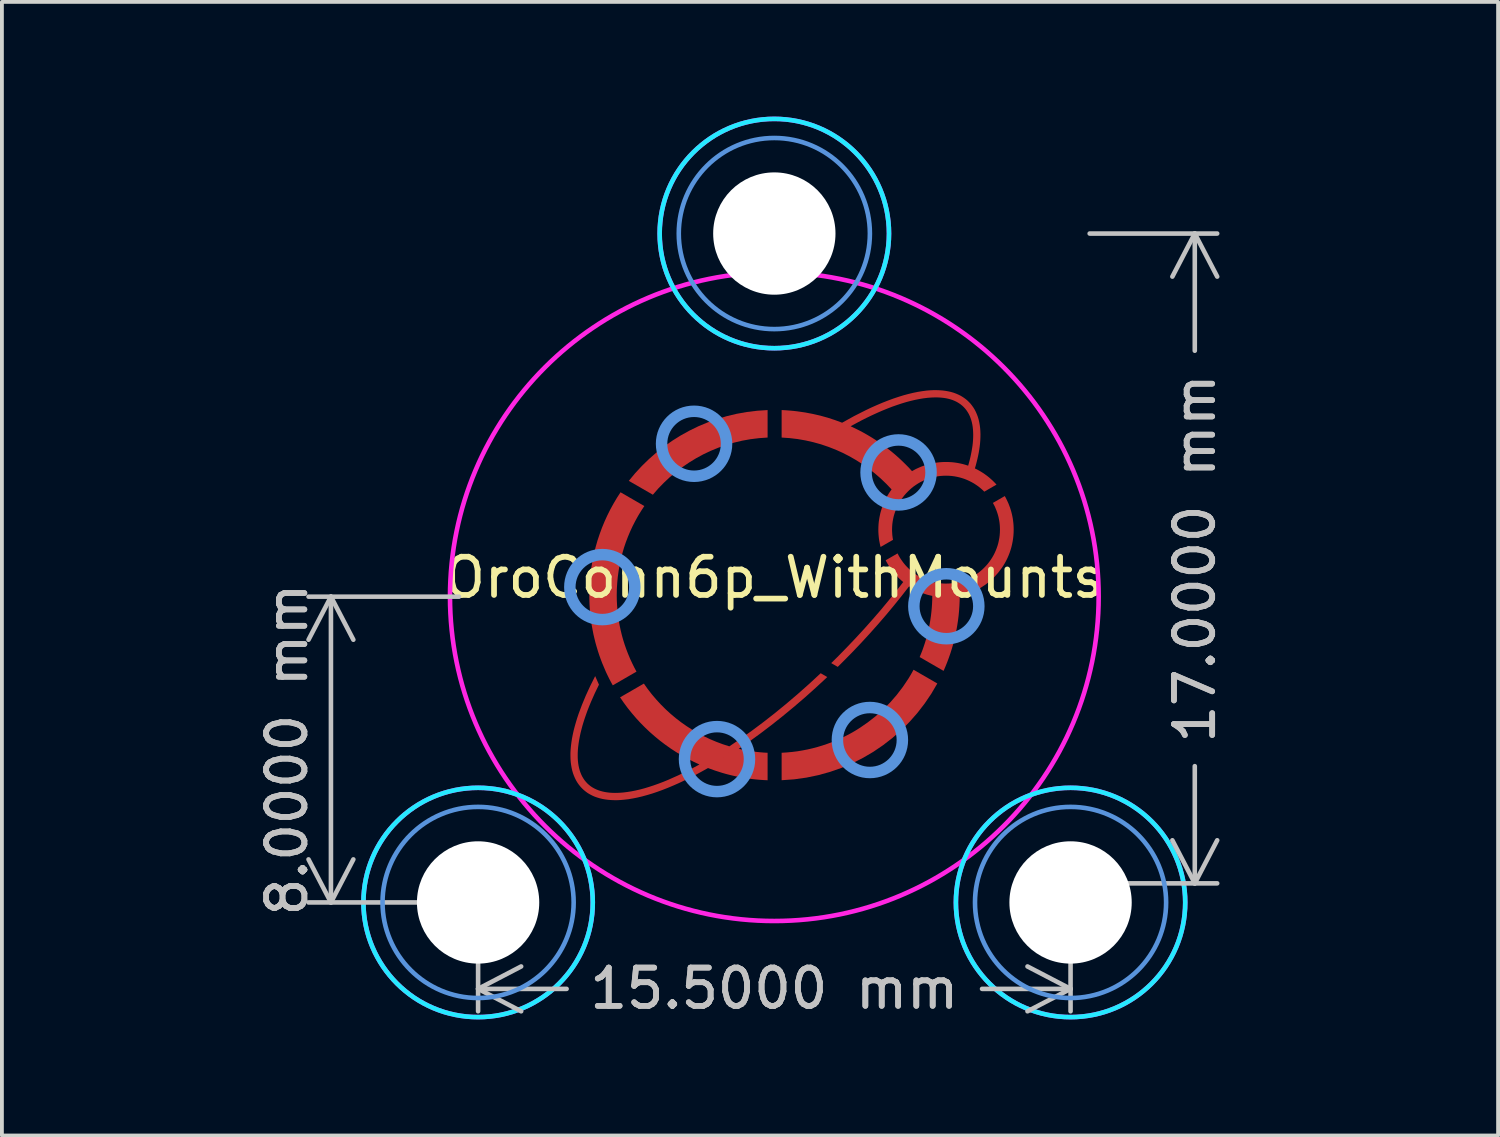
<source format=kicad_pcb>
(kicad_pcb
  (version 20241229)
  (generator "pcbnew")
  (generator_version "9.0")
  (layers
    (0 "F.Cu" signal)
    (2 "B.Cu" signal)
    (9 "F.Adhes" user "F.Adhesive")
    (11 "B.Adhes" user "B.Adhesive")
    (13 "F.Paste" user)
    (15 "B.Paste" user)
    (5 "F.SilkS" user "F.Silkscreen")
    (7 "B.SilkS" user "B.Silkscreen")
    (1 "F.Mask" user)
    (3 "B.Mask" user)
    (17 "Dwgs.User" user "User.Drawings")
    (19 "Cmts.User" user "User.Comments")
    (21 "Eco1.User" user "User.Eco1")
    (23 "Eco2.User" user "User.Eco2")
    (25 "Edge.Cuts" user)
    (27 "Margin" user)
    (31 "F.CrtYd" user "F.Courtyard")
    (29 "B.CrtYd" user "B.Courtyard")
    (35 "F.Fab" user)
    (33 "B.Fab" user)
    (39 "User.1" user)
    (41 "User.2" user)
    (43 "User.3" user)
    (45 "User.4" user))
  (footprint "OroConn6p_WithMounts"
    (layer "F.Cu")
    (at 17.208 12.56)
    (property "Reference" "OroConn6p_WithMounts" (at 0 -0.5 0) (unlocked yes) (layer "F.SilkS") (effects (font (size 1 1) (thickness 0.15))))
    (attr smd)
    (fp_poly (pts (xy -0.176 -4.163) (xy -0.401 -4.147) (xy -0.622 -4.12) (xy -0.84 -4.081) (xy -1.053 -4.03) (xy -1.262 -3.969) (xy -1.466 -3.897) (xy -1.665 -3.815) (xy -1.859 -3.723) (xy -2.047 -3.621) (xy -2.229 -3.51) (xy -2.405 -3.39) (xy -2.574 -3.261) (xy -2.737 -3.124) (xy -2.891 -2.979) (xy -3.039 -2.827) (xy -3.178 -2.667) (xy -3.807 -3.03) (xy -3.642 -3.229) (xy -3.466 -3.419) (xy -3.281 -3.599) (xy -3.087 -3.769) (xy -2.884 -3.929) (xy -2.672 -4.078) (xy -2.452 -4.216) (xy -2.224 -4.342) (xy -1.989 -4.457) (xy -1.747 -4.558) (xy -1.499 -4.647) (xy -1.245 -4.722) (xy -0.985 -4.784) (xy -0.72 -4.831) (xy -0.45 -4.864) (xy -0.176 -4.882)) (stroke (width 0) (type solid)) (fill yes) (layer "F.Cu"))
    (fp_poly (pts (xy 4.264 2.271) (xy 4.107 2.539) (xy 3.933 2.796) (xy 3.744 3.041) (xy 3.54 3.273) (xy 3.322 3.491) (xy 3.091 3.695) (xy 2.846 3.885) (xy 2.59 4.059) (xy 2.322 4.216) (xy 2.044 4.357) (xy 1.755 4.48) (xy 1.458 4.584) (xy 1.152 4.669) (xy 0.839 4.734) (xy 0.518 4.779) (xy 0.191 4.802) (xy 0.191 4.084) (xy 0.33 4.075) (xy 0.469 4.062) (xy 0.605 4.045) (xy 0.741 4.022) (xy 0.875 3.996) (xy 1.007 3.965) (xy 1.138 3.93) (xy 1.266 3.891) (xy 1.393 3.848) (xy 1.519 3.801) (xy 1.642 3.75) (xy 1.763 3.695) (xy 1.882 3.637) (xy 1.999 3.575) (xy 2.114 3.509) (xy 2.226 3.439) (xy 2.443 3.29) (xy 2.65 3.128) (xy 2.846 2.953) (xy 3.031 2.767) (xy 3.203 2.569) (xy 3.363 2.36) (xy 3.51 2.141) (xy 3.578 2.028) (xy 3.642 1.912)) (stroke (width 0) (type solid)) (fill yes) (layer "F.Cu"))
    (fp_poly (pts (xy -3.401 -2.371) (xy -3.484 -2.245) (xy -3.563 -2.116) (xy -3.636 -1.984) (xy -3.706 -1.848) (xy -3.77 -1.71) (xy -3.829 -1.57) (xy -3.884 -1.426) (xy -3.933 -1.281) (xy -3.976 -1.133) (xy -4.014 -0.982) (xy -4.047 -0.83) (xy -4.074 -0.675) (xy -4.095 -0.519) (xy -4.11 -0.361) (xy -4.12 -0.201) (xy -4.123 -0.04) (xy -4.121 0.096) (xy -4.114 0.23) (xy -4.103 0.364) (xy -4.088 0.496) (xy -4.069 0.627) (xy -4.046 0.756) (xy -4.019 0.884) (xy -3.988 1.011) (xy -3.953 1.135) (xy -3.914 1.259) (xy -3.871 1.381) (xy -3.825 1.5) (xy -3.776 1.618) (xy -3.722 1.735) (xy -3.666 1.849) (xy -3.606 1.961) (xy -4.227 2.32) (xy -4.251 2.276) (xy -4.275 2.233) (xy -4.298 2.188) (xy -4.321 2.144) (xy -4.343 2.099) (xy -4.365 2.055) (xy -4.387 2.009) (xy -4.408 1.964) (xy -4.503 1.74) (xy -4.542 1.637) (xy -4.58 1.532) (xy -4.615 1.425) (xy -4.647 1.318) (xy -4.678 1.21) (xy -4.705 1.101) (xy -4.731 0.991) (xy -4.753 0.879) (xy -4.774 0.767) (xy -4.791 0.655) (xy -4.806 0.541) (xy -4.818 0.426) (xy -4.828 0.311) (xy -4.835 0.195) (xy -4.839 0.078) (xy -4.841 -0.04) (xy -4.837 -0.225) (xy -4.827 -0.41) (xy -4.809 -0.592) (xy -4.785 -0.772) (xy -4.755 -0.95) (xy -4.718 -1.126) (xy -4.675 -1.299) (xy -4.626 -1.47) (xy -4.57 -1.638) (xy -4.509 -1.804) (xy -4.442 -1.966) (xy -4.369 -2.126) (xy -4.291 -2.282) (xy -4.207 -2.435) (xy -4.118 -2.585) (xy -4.024 -2.731)) (stroke (width 0) (type solid)) (fill yes) (layer "F.Cu"))
    (fp_poly (pts (xy 1.385 2.103) (xy 1.092 2.375) (xy 0.8 2.637) (xy 0.507 2.888) (xy 0.215 3.129) (xy -0.075 3.359) (xy -0.363 3.578) (xy -0.649 3.786) (xy -0.931 3.981) (xy -0.839 4.001) (xy -0.747 4.02) (xy -0.653 4.036) (xy -0.559 4.05) (xy -0.464 4.062) (xy -0.369 4.071) (xy -0.273 4.079) (xy -0.176 4.084) (xy -0.176 4.803) (xy -0.279 4.798) (xy -0.38 4.791) (xy -0.482 4.782) (xy -0.582 4.771) (xy -0.682 4.757) (xy -0.782 4.742) (xy -0.881 4.725) (xy -0.979 4.706) (xy -1.076 4.685) (xy -1.172 4.662) (xy -1.268 4.637) (xy -1.363 4.61) (xy -1.551 4.55) (xy -1.735 4.484) (xy -1.892 4.571) (xy -2.046 4.655) (xy -2.199 4.733) (xy -2.349 4.807) (xy -2.497 4.877) (xy -2.642 4.941) (xy -2.785 5.001) (xy -2.925 5.056) (xy -3.062 5.106) (xy -3.196 5.151) (xy -3.327 5.19) (xy -3.455 5.225) (xy -3.58 5.255) (xy -3.701 5.279) (xy -3.818 5.299) (xy -3.932 5.312) (xy -4.02 5.32) (xy -4.105 5.324) (xy -4.189 5.324) (xy -4.269 5.321) (xy -4.347 5.315) (xy -4.423 5.305) (xy -4.496 5.292) (xy -4.566 5.275) (xy -4.634 5.255) (xy -4.699 5.232) (xy -4.761 5.205) (xy -4.82 5.174) (xy -4.877 5.141) (xy -4.93 5.103) (xy -4.981 5.062) (xy -5.028 5.018) (xy -5.073 4.97) (xy -5.114 4.919) (xy -5.152 4.865) (xy -5.186 4.808) (xy -5.216 4.748) (xy -5.243 4.685) (xy -5.267 4.62) (xy -5.287 4.551) (xy -5.303 4.48) (xy -5.316 4.406) (xy -5.326 4.33) (xy -5.332 4.251) (xy -5.334 4.169) (xy -5.334 4.085) (xy -5.329 3.998) (xy -5.321 3.909) (xy -5.309 3.812) (xy -5.294 3.713) (xy -5.274 3.611) (xy -5.251 3.506) (xy -5.223 3.398) (xy -5.192 3.289) (xy -5.158 3.177) (xy -5.12 3.063) (xy -5.032 2.828) (xy -4.931 2.585) (xy -4.816 2.335) (xy -4.687 2.078) (xy -4.588 2.302) (xy -4.698 2.53) (xy -4.796 2.751) (xy -4.841 2.86) (xy -4.883 2.966) (xy -4.921 3.071) (xy -4.957 3.174) (xy -4.99 3.276) (xy -5.02 3.375) (xy -5.046 3.473) (xy -5.07 3.568) (xy -5.09 3.662) (xy -5.107 3.753) (xy -5.121 3.842) (xy -5.132 3.929) (xy -5.139 4.006) (xy -5.143 4.08) (xy -5.144 4.152) (xy -5.143 4.223) (xy -5.139 4.291) (xy -5.132 4.356) (xy -5.122 4.42) (xy -5.109 4.481) (xy -5.093 4.54) (xy -5.074 4.597) (xy -5.052 4.651) (xy -5.027 4.703) (xy -4.998 4.752) (xy -4.967 4.799) (xy -4.932 4.842) (xy -4.894 4.884) (xy -4.853 4.921) (xy -4.81 4.956) (xy -4.764 4.987) (xy -4.715 5.015) (xy -4.664 5.04) (xy -4.61 5.062) (xy -4.554 5.081) (xy -4.496 5.097) (xy -4.436 5.11) (xy -4.373 5.12) (xy -4.308 5.128) (xy -4.24 5.132) (xy -4.171 5.134) (xy -4.1 5.133) (xy -4.026 5.129) (xy -3.951 5.123) (xy -3.847 5.11) (xy -3.74 5.093) (xy -3.629 5.071) (xy -3.516 5.045) (xy -3.4 5.014) (xy -3.281 4.978) (xy -3.159 4.938) (xy -3.035 4.894) (xy -2.908 4.846) (xy -2.779 4.793) (xy -2.514 4.675) (xy -2.24 4.541) (xy -1.959 4.391) (xy -2.116 4.317) (xy -2.271 4.238) (xy -2.422 4.154) (xy -2.57 4.065) (xy -2.714 3.971) (xy -2.855 3.871) (xy -2.992 3.767) (xy -3.125 3.658) (xy -3.254 3.545) (xy -3.379 3.427) (xy -3.5 3.305) (xy -3.616 3.179) (xy -3.728 3.048) (xy -3.836 2.914) (xy -3.938 2.776) (xy -4.036 2.634) (xy -3.413 2.274) (xy -3.311 2.418) (xy -3.203 2.557) (xy -3.089 2.691) (xy -2.97 2.82) (xy -2.846 2.944) (xy -2.716 3.063) (xy -2.582 3.176) (xy -2.442 3.284) (xy -2.298 3.385) (xy -2.15 3.481) (xy -1.997 3.57) (xy -1.841 3.653) (xy -1.68 3.729) (xy -1.516 3.798) (xy -1.348 3.861) (xy -1.177 3.916) (xy -0.887 3.72) (xy -0.593 3.511) (xy -0.296 3.289) (xy 0.004 3.055) (xy 0.305 2.809) (xy 0.607 2.552) (xy 0.91 2.283) (xy 1.213 2.003)) (stroke (width 0) (type solid)) (fill yes) (layer "F.Cu"))
    (fp_poly (pts (xy 6.056 -2.583) (xy 6.081 -2.533) (xy 6.105 -2.482) (xy 6.128 -2.431) (xy 6.148 -2.378) (xy 6.168 -2.325) (xy 6.185 -2.271) (xy 6.201 -2.216) (xy 6.215 -2.16) (xy 6.227 -2.104) (xy 6.238 -2.047) (xy 6.246 -1.989) (xy 6.253 -1.931) (xy 6.258 -1.872) (xy 6.261 -1.813) (xy 6.262 -1.754) (xy 6.26 -1.674) (xy 6.255 -1.595) (xy 6.246 -1.517) (xy 6.234 -1.441) (xy 6.219 -1.365) (xy 6.201 -1.291) (xy 6.179 -1.217) (xy 6.155 -1.146) (xy 6.127 -1.075) (xy 6.097 -1.006) (xy 6.064 -0.939) (xy 6.028 -0.873) (xy 5.989 -0.809) (xy 5.948 -0.747) (xy 5.858 -0.629) (xy 5.759 -0.518) (xy 5.651 -0.416) (xy 5.535 -0.323) (xy 5.411 -0.241) (xy 5.346 -0.203) (xy 5.28 -0.168) (xy 5.212 -0.136) (xy 5.142 -0.107) (xy 5.071 -0.08) (xy 4.999 -0.057) (xy 4.925 -0.037) (xy 4.85 -0.02) (xy 4.848 0.111) (xy 4.842 0.241) (xy 4.833 0.369) (xy 4.821 0.497) (xy 4.805 0.624) (xy 4.786 0.75) (xy 4.764 0.874) (xy 4.739 0.998) (xy 4.71 1.121) (xy 4.679 1.242) (xy 4.644 1.362) (xy 4.607 1.48) (xy 4.566 1.598) (xy 4.523 1.714) (xy 4.477 1.828) (xy 4.428 1.942) (xy 3.802 1.58) (xy 3.84 1.488) (xy 3.877 1.394) (xy 3.91 1.299) (xy 3.942 1.203) (xy 3.971 1.106) (xy 3.998 1.008) (xy 4.023 0.909) (xy 4.045 0.809) (xy 4.065 0.708) (xy 4.082 0.606) (xy 4.097 0.504) (xy 4.109 0.401) (xy 4.119 0.297) (xy 4.126 0.192) (xy 4.131 0.086) (xy 4.132 -0.02) (xy 4.091 -0.029) (xy 4.051 -0.039) (xy 4.01 -0.049) (xy 3.97 -0.061) (xy 3.931 -0.074) (xy 3.892 -0.087) (xy 3.853 -0.102) (xy 3.815 -0.117) (xy 3.777 -0.134) (xy 3.74 -0.151) (xy 3.703 -0.168) (xy 3.666 -0.187) (xy 3.63 -0.207) (xy 3.595 -0.227) (xy 3.56 -0.248) (xy 3.526 -0.27) (xy 3.335 -0.024) (xy 3.136 0.223) (xy 2.929 0.472) (xy 2.714 0.721) (xy 2.492 0.97) (xy 2.263 1.219) (xy 2.027 1.467) (xy 1.783 1.714) (xy 1.721 1.776) (xy 1.659 1.837) (xy 1.488 1.738) (xy 1.569 1.659) (xy 1.649 1.58) (xy 1.889 1.335) (xy 2.123 1.089) (xy 2.35 0.843) (xy 2.569 0.597) (xy 2.782 0.351) (xy 2.986 0.105) (xy 3.183 -0.139) (xy 3.372 -0.383) (xy 3.337 -0.412) (xy 3.302 -0.443) (xy 3.269 -0.474) (xy 3.236 -0.506) (xy 3.204 -0.539) (xy 3.173 -0.573) (xy 3.142 -0.608) (xy 3.113 -0.643) (xy 3.085 -0.679) (xy 3.057 -0.716) (xy 3.031 -0.754) (xy 3.005 -0.792) (xy 2.98 -0.831) (xy 2.957 -0.871) (xy 2.934 -0.911) (xy 2.913 -0.952) (xy 3.224 -1.132) (xy 3.246 -1.089) (xy 3.27 -1.046) (xy 3.295 -1.004) (xy 3.322 -0.964) (xy 3.35 -0.924) (xy 3.379 -0.885) (xy 3.409 -0.848) (xy 3.441 -0.811) (xy 3.474 -0.776) (xy 3.508 -0.742) (xy 3.543 -0.708) (xy 3.58 -0.677) (xy 3.617 -0.646) (xy 3.656 -0.616) (xy 3.695 -0.588) (xy 3.736 -0.562) (xy 3.777 -0.536) (xy 3.819 -0.512) (xy 3.863 -0.49) (xy 3.907 -0.469) (xy 3.952 -0.449) (xy 3.998 -0.431) (xy 4.044 -0.415) (xy 4.091 -0.4) (xy 4.139 -0.386) (xy 4.188 -0.375) (xy 4.237 -0.365) (xy 4.287 -0.357) (xy 4.337 -0.35) (xy 4.388 -0.346) (xy 4.44 -0.343) (xy 4.492 -0.342) (xy 4.564 -0.344) (xy 4.636 -0.349) (xy 4.706 -0.358) (xy 4.776 -0.371) (xy 4.844 -0.387) (xy 4.911 -0.406) (xy 4.977 -0.428) (xy 5.041 -0.453) (xy 5.103 -0.481) (xy 5.164 -0.513) (xy 5.223 -0.547) (xy 5.28 -0.583) (xy 5.336 -0.623) (xy 5.389 -0.665) (xy 5.44 -0.709) (xy 5.489 -0.756) (xy 5.536 -0.805) (xy 5.581 -0.856) (xy 5.622 -0.909) (xy 5.662 -0.965) (xy 5.699 -1.022) (xy 5.733 -1.081) (xy 5.764 -1.142) (xy 5.792 -1.204) (xy 5.817 -1.268) (xy 5.84 -1.334) (xy 5.859 -1.401) (xy 5.874 -1.469) (xy 5.887 -1.539) (xy 5.896 -1.609) (xy 5.901 -1.681) (xy 5.903 -1.754) (xy 5.902 -1.801) (xy 5.9 -1.848) (xy 5.896 -1.895) (xy 5.891 -1.941) (xy 5.884 -1.987) (xy 5.875 -2.032) (xy 5.866 -2.077) (xy 5.855 -2.121) (xy 5.842 -2.165) (xy 5.828 -2.208) (xy 5.813 -2.251) (xy 5.796 -2.292) (xy 5.779 -2.334) (xy 5.76 -2.374) (xy 5.739 -2.414) (xy 5.718 -2.453) (xy 6.029 -2.632)) (stroke (width 0) (type solid)) (fill yes) (layer "F.Cu"))
    (fp_poly (pts (xy 4.327 -5.4) (xy 4.405 -5.394) (xy 4.481 -5.384) (xy 4.554 -5.371) (xy 4.624 -5.355) (xy 4.692 -5.335) (xy 4.757 -5.311) (xy 4.819 -5.284) (xy 4.879 -5.254) (xy 4.935 -5.22) (xy 4.989 -5.182) (xy 5.04 -5.142) (xy 5.087 -5.097) (xy 5.132 -5.05) (xy 5.172 -4.999) (xy 5.21 -4.945) (xy 5.244 -4.889) (xy 5.274 -4.829) (xy 5.301 -4.767) (xy 5.325 -4.702) (xy 5.345 -4.634) (xy 5.361 -4.563) (xy 5.374 -4.49) (xy 5.384 -4.414) (xy 5.39 -4.336) (xy 5.393 -4.255) (xy 5.392 -4.171) (xy 5.388 -4.085) (xy 5.381 -3.997) (xy 5.372 -3.922) (xy 5.361 -3.846) (xy 5.348 -3.768) (xy 5.332 -3.688) (xy 5.314 -3.607) (xy 5.294 -3.525) (xy 5.272 -3.44) (xy 5.247 -3.355) (xy 5.288 -3.335) (xy 5.327 -3.315) (xy 5.366 -3.293) (xy 5.405 -3.27) (xy 5.442 -3.247) (xy 5.48 -3.223) (xy 5.516 -3.197) (xy 5.552 -3.171) (xy 5.587 -3.144) (xy 5.622 -3.116) (xy 5.655 -3.087) (xy 5.688 -3.058) (xy 5.721 -3.027) (xy 5.752 -2.996) (xy 5.783 -2.964) (xy 5.813 -2.932) (xy 5.493 -2.747) (xy 5.444 -2.795) (xy 5.393 -2.839) (xy 5.34 -2.882) (xy 5.284 -2.921) (xy 5.227 -2.959) (xy 5.167 -2.993) (xy 5.106 -3.024) (xy 5.043 -3.053) (xy 4.979 -3.079) (xy 4.913 -3.101) (xy 4.846 -3.12) (xy 4.777 -3.136) (xy 4.707 -3.149) (xy 4.636 -3.158) (xy 4.564 -3.163) (xy 4.492 -3.165) (xy 4.419 -3.163) (xy 4.347 -3.158) (xy 4.277 -3.149) (xy 4.207 -3.136) (xy 4.139 -3.121) (xy 4.072 -3.102) (xy 4.006 -3.079) (xy 3.942 -3.054) (xy 3.88 -3.026) (xy 3.819 -2.995) (xy 3.76 -2.961) (xy 3.703 -2.924) (xy 3.647 -2.885) (xy 3.594 -2.843) (xy 3.543 -2.798) (xy 3.494 -2.751) (xy 3.447 -2.702) (xy 3.402 -2.651) (xy 3.361 -2.598) (xy 3.321 -2.543) (xy 3.284 -2.485) (xy 3.25 -2.426) (xy 3.219 -2.365) (xy 3.191 -2.303) (xy 3.166 -2.239) (xy 3.144 -2.173) (xy 3.124 -2.106) (xy 3.109 -2.038) (xy 3.096 -1.968) (xy 3.087 -1.898) (xy 3.082 -1.826) (xy 3.08 -1.754) (xy 3.08 -1.72) (xy 3.082 -1.686) (xy 3.084 -1.652) (xy 3.086 -1.619) (xy 3.09 -1.586) (xy 3.094 -1.553) (xy 3.099 -1.52) (xy 3.105 -1.487) (xy 2.78 -1.3) (xy 2.766 -1.354) (xy 2.755 -1.41) (xy 2.744 -1.466) (xy 2.736 -1.522) (xy 2.73 -1.579) (xy 2.725 -1.637) (xy 2.722 -1.695) (xy 2.721 -1.754) (xy 2.723 -1.827) (xy 2.727 -1.9) (xy 2.734 -1.972) (xy 2.745 -2.043) (xy 2.758 -2.113) (xy 2.773 -2.182) (xy 2.792 -2.25) (xy 2.813 -2.317) (xy 2.836 -2.383) (xy 2.862 -2.447) (xy 2.891 -2.51) (xy 2.922 -2.572) (xy 2.955 -2.633) (xy 2.99 -2.692) (xy 3.028 -2.75) (xy 3.068 -2.806) (xy 2.93 -2.951) (xy 2.785 -3.09) (xy 2.634 -3.221) (xy 2.476 -3.345) (xy 2.312 -3.462) (xy 2.143 -3.57) (xy 1.968 -3.671) (xy 1.788 -3.763) (xy 1.603 -3.846) (xy 1.413 -3.92) (xy 1.219 -3.986) (xy 1.02 -4.041) (xy 0.818 -4.087) (xy 0.612 -4.123) (xy 0.403 -4.148) (xy 0.191 -4.163) (xy 0.191 -4.458) (xy 1.996 -4.458) (xy 2.11 -4.404) (xy 2.223 -4.348) (xy 2.334 -4.289) (xy 2.443 -4.227) (xy 2.551 -4.162) (xy 2.656 -4.095) (xy 2.76 -4.025) (xy 2.862 -3.952) (xy 2.962 -3.877) (xy 3.06 -3.8) (xy 3.156 -3.72) (xy 3.25 -3.637) (xy 3.341 -3.552) (xy 3.43 -3.465) (xy 3.518 -3.376) (xy 3.602 -3.284) (xy 3.652 -3.312) (xy 3.702 -3.339) (xy 3.754 -3.363) (xy 3.806 -3.386) (xy 3.859 -3.408) (xy 3.913 -3.427) (xy 3.968 -3.445) (xy 4.023 -3.461) (xy 4.08 -3.476) (xy 4.137 -3.488) (xy 4.194 -3.499) (xy 4.253 -3.508) (xy 4.312 -3.515) (xy 4.371 -3.52) (xy 4.431 -3.523) (xy 4.492 -3.524) (xy 4.529 -3.524) (xy 4.567 -3.522) (xy 4.642 -3.518) (xy 4.716 -3.51) (xy 4.789 -3.499) (xy 4.861 -3.485) (xy 4.932 -3.469) (xy 5.002 -3.449) (xy 5.071 -3.427) (xy 5.093 -3.505) (xy 5.113 -3.582) (xy 5.131 -3.658) (xy 5.147 -3.732) (xy 5.161 -3.806) (xy 5.173 -3.877) (xy 5.184 -3.948) (xy 5.192 -4.017) (xy 5.198 -4.092) (xy 5.202 -4.166) (xy 5.203 -4.238) (xy 5.201 -4.307) (xy 5.197 -4.375) (xy 5.19 -4.44) (xy 5.18 -4.503) (xy 5.167 -4.564) (xy 5.151 -4.622) (xy 5.132 -4.678) (xy 5.11 -4.732) (xy 5.085 -4.783) (xy 5.056 -4.832) (xy 5.025 -4.878) (xy 4.99 -4.922) (xy 4.952 -4.963) (xy 4.912 -5) (xy 4.868 -5.035) (xy 4.822 -5.066) (xy 4.773 -5.095) (xy 4.722 -5.12) (xy 4.669 -5.142) (xy 4.613 -5.161) (xy 4.554 -5.177) (xy 4.494 -5.19) (xy 4.431 -5.2) (xy 4.365 -5.207) (xy 4.298 -5.212) (xy 4.229 -5.213) (xy 4.157 -5.212) (xy 4.084 -5.208) (xy 4.008 -5.202) (xy 3.903 -5.189) (xy 3.795 -5.171) (xy 3.684 -5.149) (xy 3.569 -5.122) (xy 3.452 -5.091) (xy 3.332 -5.055) (xy 3.209 -5.014) (xy 3.083 -4.97) (xy 2.955 -4.92) (xy 2.825 -4.867) (xy 2.692 -4.809) (xy 2.557 -4.747) (xy 2.419 -4.681) (xy 2.28 -4.611) (xy 2.139 -4.536) (xy 1.996 -4.458) (xy 0.191 -4.458) (xy 0.191 -4.882) (xy 0.295 -4.877) (xy 0.399 -4.869) (xy 0.502 -4.86) (xy 0.604 -4.848) (xy 0.806 -4.819) (xy 1.006 -4.781) (xy 1.203 -4.736) (xy 1.397 -4.682) (xy 1.587 -4.62) (xy 1.774 -4.551) (xy 2.088 -4.725) (xy 2.393 -4.879) (xy 2.542 -4.95) (xy 2.689 -5.015) (xy 2.833 -5.076) (xy 2.974 -5.131) (xy 3.112 -5.182) (xy 3.247 -5.227) (xy 3.379 -5.268) (xy 3.508 -5.303) (xy 3.634 -5.333) (xy 3.756 -5.358) (xy 3.874 -5.377) (xy 3.989 -5.392) (xy 4.077 -5.399) (xy 4.163 -5.403) (xy 4.246 -5.403)) (stroke (width 0) (type solid)) (fill yes) (layer "F.Cu"))
    (fp_poly (pts (xy -0.176 -4.163) (xy -0.401 -4.147) (xy -0.622 -4.12) (xy -0.84 -4.081) (xy -1.053 -4.03) (xy -1.262 -3.969) (xy -1.466 -3.897) (xy -1.665 -3.815) (xy -1.859 -3.723) (xy -2.047 -3.621) (xy -2.229 -3.51) (xy -2.405 -3.39) (xy -2.574 -3.261) (xy -2.737 -3.124) (xy -2.891 -2.979) (xy -3.039 -2.827) (xy -3.178 -2.667) (xy -3.807 -3.03) (xy -3.642 -3.229) (xy -3.466 -3.419) (xy -3.281 -3.599) (xy -3.087 -3.769) (xy -2.884 -3.929) (xy -2.672 -4.078) (xy -2.452 -4.216) (xy -2.224 -4.342) (xy -1.989 -4.457) (xy -1.747 -4.558) (xy -1.499 -4.647) (xy -1.245 -4.722) (xy -0.985 -4.784) (xy -0.72 -4.831) (xy -0.45 -4.864) (xy -0.176 -4.882)) (stroke (width 0) (type solid)) (fill yes) (layer "F.Mask"))
    (fp_poly (pts (xy 4.264 2.271) (xy 4.107 2.539) (xy 3.933 2.796) (xy 3.744 3.041) (xy 3.54 3.273) (xy 3.322 3.491) (xy 3.091 3.695) (xy 2.846 3.885) (xy 2.59 4.059) (xy 2.322 4.216) (xy 2.044 4.357) (xy 1.755 4.48) (xy 1.458 4.584) (xy 1.152 4.669) (xy 0.839 4.734) (xy 0.518 4.779) (xy 0.191 4.802) (xy 0.191 4.084) (xy 0.33 4.075) (xy 0.469 4.062) (xy 0.605 4.045) (xy 0.741 4.022) (xy 0.875 3.996) (xy 1.007 3.965) (xy 1.138 3.93) (xy 1.266 3.891) (xy 1.393 3.848) (xy 1.519 3.801) (xy 1.642 3.75) (xy 1.763 3.695) (xy 1.882 3.637) (xy 1.999 3.575) (xy 2.114 3.509) (xy 2.226 3.439) (xy 2.443 3.29) (xy 2.65 3.128) (xy 2.846 2.953) (xy 3.031 2.767) (xy 3.203 2.569) (xy 3.363 2.36) (xy 3.51 2.141) (xy 3.578 2.028) (xy 3.642 1.912)) (stroke (width 0) (type solid)) (fill yes) (layer "F.Mask"))
    (fp_poly (pts (xy -3.401 -2.371) (xy -3.484 -2.245) (xy -3.563 -2.116) (xy -3.636 -1.984) (xy -3.706 -1.848) (xy -3.77 -1.71) (xy -3.829 -1.57) (xy -3.884 -1.426) (xy -3.933 -1.281) (xy -3.976 -1.133) (xy -4.014 -0.982) (xy -4.047 -0.83) (xy -4.074 -0.675) (xy -4.095 -0.519) (xy -4.11 -0.361) (xy -4.12 -0.201) (xy -4.123 -0.04) (xy -4.121 0.096) (xy -4.114 0.23) (xy -4.103 0.364) (xy -4.088 0.496) (xy -4.069 0.627) (xy -4.046 0.756) (xy -4.019 0.884) (xy -3.988 1.011) (xy -3.953 1.135) (xy -3.914 1.259) (xy -3.871 1.381) (xy -3.825 1.5) (xy -3.776 1.618) (xy -3.722 1.735) (xy -3.666 1.849) (xy -3.606 1.961) (xy -4.227 2.32) (xy -4.251 2.276) (xy -4.275 2.233) (xy -4.298 2.188) (xy -4.321 2.144) (xy -4.343 2.099) (xy -4.365 2.055) (xy -4.387 2.009) (xy -4.408 1.964) (xy -4.503 1.74) (xy -4.542 1.637) (xy -4.58 1.532) (xy -4.615 1.425) (xy -4.647 1.318) (xy -4.678 1.21) (xy -4.705 1.101) (xy -4.731 0.991) (xy -4.753 0.879) (xy -4.774 0.767) (xy -4.791 0.655) (xy -4.806 0.541) (xy -4.818 0.426) (xy -4.828 0.311) (xy -4.835 0.195) (xy -4.839 0.078) (xy -4.841 -0.04) (xy -4.837 -0.225) (xy -4.827 -0.41) (xy -4.809 -0.592) (xy -4.785 -0.772) (xy -4.755 -0.95) (xy -4.718 -1.126) (xy -4.675 -1.299) (xy -4.626 -1.47) (xy -4.57 -1.638) (xy -4.509 -1.804) (xy -4.442 -1.966) (xy -4.369 -2.126) (xy -4.291 -2.282) (xy -4.207 -2.435) (xy -4.118 -2.585) (xy -4.024 -2.731)) (stroke (width 0) (type solid)) (fill yes) (layer "F.Mask"))
    (fp_poly (pts (xy 1.385 2.103) (xy 1.092 2.375) (xy 0.8 2.637) (xy 0.507 2.888) (xy 0.215 3.129) (xy -0.075 3.359) (xy -0.363 3.578) (xy -0.649 3.786) (xy -0.931 3.981) (xy -0.839 4.001) (xy -0.747 4.02) (xy -0.653 4.036) (xy -0.559 4.05) (xy -0.464 4.062) (xy -0.369 4.071) (xy -0.273 4.079) (xy -0.176 4.084) (xy -0.176 4.803) (xy -0.279 4.798) (xy -0.38 4.791) (xy -0.482 4.782) (xy -0.582 4.771) (xy -0.682 4.757) (xy -0.782 4.742) (xy -0.881 4.725) (xy -0.979 4.706) (xy -1.076 4.685) (xy -1.172 4.662) (xy -1.268 4.637) (xy -1.363 4.61) (xy -1.551 4.55) (xy -1.735 4.484) (xy -1.892 4.571) (xy -2.046 4.655) (xy -2.199 4.733) (xy -2.349 4.807) (xy -2.497 4.877) (xy -2.642 4.941) (xy -2.785 5.001) (xy -2.925 5.056) (xy -3.062 5.106) (xy -3.196 5.151) (xy -3.327 5.19) (xy -3.455 5.225) (xy -3.58 5.255) (xy -3.701 5.279) (xy -3.818 5.299) (xy -3.932 5.312) (xy -4.02 5.32) (xy -4.105 5.324) (xy -4.189 5.324) (xy -4.269 5.321) (xy -4.347 5.315) (xy -4.423 5.305) (xy -4.496 5.292) (xy -4.566 5.275) (xy -4.634 5.255) (xy -4.699 5.232) (xy -4.761 5.205) (xy -4.82 5.174) (xy -4.877 5.141) (xy -4.93 5.103) (xy -4.981 5.062) (xy -5.028 5.018) (xy -5.073 4.97) (xy -5.114 4.919) (xy -5.152 4.865) (xy -5.186 4.808) (xy -5.216 4.748) (xy -5.243 4.685) (xy -5.267 4.62) (xy -5.287 4.551) (xy -5.303 4.48) (xy -5.316 4.406) (xy -5.326 4.33) (xy -5.332 4.251) (xy -5.334 4.169) (xy -5.334 4.085) (xy -5.329 3.998) (xy -5.321 3.909) (xy -5.309 3.812) (xy -5.294 3.713) (xy -5.274 3.611) (xy -5.251 3.506) (xy -5.223 3.398) (xy -5.192 3.289) (xy -5.158 3.177) (xy -5.12 3.063) (xy -5.032 2.828) (xy -4.931 2.585) (xy -4.816 2.335) (xy -4.687 2.078) (xy -4.588 2.302) (xy -4.698 2.53) (xy -4.796 2.751) (xy -4.841 2.86) (xy -4.883 2.966) (xy -4.921 3.071) (xy -4.957 3.174) (xy -4.99 3.276) (xy -5.02 3.375) (xy -5.046 3.473) (xy -5.07 3.568) (xy -5.09 3.662) (xy -5.107 3.753) (xy -5.121 3.842) (xy -5.132 3.929) (xy -5.139 4.006) (xy -5.143 4.08) (xy -5.144 4.152) (xy -5.143 4.223) (xy -5.139 4.291) (xy -5.132 4.356) (xy -5.122 4.42) (xy -5.109 4.481) (xy -5.093 4.54) (xy -5.074 4.597) (xy -5.052 4.651) (xy -5.027 4.703) (xy -4.998 4.752) (xy -4.967 4.799) (xy -4.932 4.842) (xy -4.894 4.884) (xy -4.853 4.921) (xy -4.81 4.956) (xy -4.764 4.987) (xy -4.715 5.015) (xy -4.664 5.04) (xy -4.61 5.062) (xy -4.554 5.081) (xy -4.496 5.097) (xy -4.436 5.11) (xy -4.373 5.12) (xy -4.308 5.128) (xy -4.24 5.132) (xy -4.171 5.134) (xy -4.1 5.133) (xy -4.026 5.129) (xy -3.951 5.123) (xy -3.847 5.11) (xy -3.74 5.093) (xy -3.629 5.071) (xy -3.516 5.045) (xy -3.4 5.014) (xy -3.281 4.978) (xy -3.159 4.938) (xy -3.035 4.894) (xy -2.908 4.846) (xy -2.779 4.793) (xy -2.514 4.675) (xy -2.24 4.541) (xy -1.959 4.391) (xy -2.116 4.317) (xy -2.271 4.238) (xy -2.422 4.154) (xy -2.57 4.065) (xy -2.714 3.971) (xy -2.855 3.871) (xy -2.992 3.767) (xy -3.125 3.658) (xy -3.254 3.545) (xy -3.379 3.427) (xy -3.5 3.305) (xy -3.616 3.179) (xy -3.728 3.048) (xy -3.836 2.914) (xy -3.938 2.776) (xy -4.036 2.634) (xy -3.413 2.274) (xy -3.311 2.418) (xy -3.203 2.557) (xy -3.089 2.691) (xy -2.97 2.82) (xy -2.846 2.944) (xy -2.716 3.063) (xy -2.582 3.176) (xy -2.442 3.284) (xy -2.298 3.385) (xy -2.15 3.481) (xy -1.997 3.57) (xy -1.841 3.653) (xy -1.68 3.729) (xy -1.516 3.798) (xy -1.348 3.861) (xy -1.177 3.916) (xy -0.887 3.72) (xy -0.593 3.511) (xy -0.296 3.289) (xy 0.004 3.055) (xy 0.305 2.809) (xy 0.607 2.552) (xy 0.91 2.283) (xy 1.213 2.003)) (stroke (width 0) (type solid)) (fill yes) (layer "F.Mask"))
    (fp_poly (pts (xy 6.056 -2.583) (xy 6.081 -2.533) (xy 6.105 -2.482) (xy 6.128 -2.431) (xy 6.148 -2.378) (xy 6.168 -2.325) (xy 6.185 -2.271) (xy 6.201 -2.216) (xy 6.215 -2.16) (xy 6.227 -2.104) (xy 6.238 -2.047) (xy 6.246 -1.989) (xy 6.253 -1.931) (xy 6.258 -1.872) (xy 6.261 -1.813) (xy 6.262 -1.754) (xy 6.26 -1.674) (xy 6.255 -1.595) (xy 6.246 -1.517) (xy 6.234 -1.441) (xy 6.219 -1.365) (xy 6.201 -1.291) (xy 6.179 -1.217) (xy 6.155 -1.146) (xy 6.127 -1.075) (xy 6.097 -1.006) (xy 6.064 -0.939) (xy 6.028 -0.873) (xy 5.989 -0.809) (xy 5.948 -0.747) (xy 5.858 -0.629) (xy 5.759 -0.518) (xy 5.651 -0.416) (xy 5.535 -0.323) (xy 5.411 -0.241) (xy 5.346 -0.203) (xy 5.28 -0.168) (xy 5.212 -0.136) (xy 5.142 -0.107) (xy 5.071 -0.08) (xy 4.999 -0.057) (xy 4.925 -0.037) (xy 4.85 -0.02) (xy 4.848 0.111) (xy 4.842 0.241) (xy 4.833 0.369) (xy 4.821 0.497) (xy 4.805 0.624) (xy 4.786 0.75) (xy 4.764 0.874) (xy 4.739 0.998) (xy 4.71 1.121) (xy 4.679 1.242) (xy 4.644 1.362) (xy 4.607 1.48) (xy 4.566 1.598) (xy 4.523 1.714) (xy 4.477 1.828) (xy 4.428 1.942) (xy 3.802 1.58) (xy 3.84 1.488) (xy 3.877 1.394) (xy 3.91 1.299) (xy 3.942 1.203) (xy 3.971 1.106) (xy 3.998 1.008) (xy 4.023 0.909) (xy 4.045 0.809) (xy 4.065 0.708) (xy 4.082 0.606) (xy 4.097 0.504) (xy 4.109 0.401) (xy 4.119 0.297) (xy 4.126 0.192) (xy 4.131 0.086) (xy 4.132 -0.02) (xy 4.091 -0.029) (xy 4.051 -0.039) (xy 4.01 -0.049) (xy 3.97 -0.061) (xy 3.931 -0.074) (xy 3.892 -0.087) (xy 3.853 -0.102) (xy 3.815 -0.117) (xy 3.777 -0.134) (xy 3.74 -0.151) (xy 3.703 -0.168) (xy 3.666 -0.187) (xy 3.63 -0.207) (xy 3.595 -0.227) (xy 3.56 -0.248) (xy 3.526 -0.27) (xy 3.335 -0.024) (xy 3.136 0.223) (xy 2.929 0.472) (xy 2.714 0.721) (xy 2.492 0.97) (xy 2.263 1.219) (xy 2.027 1.467) (xy 1.783 1.714) (xy 1.721 1.776) (xy 1.659 1.837) (xy 1.488 1.738) (xy 1.569 1.659) (xy 1.649 1.58) (xy 1.889 1.335) (xy 2.123 1.089) (xy 2.35 0.843) (xy 2.569 0.597) (xy 2.782 0.351) (xy 2.986 0.105) (xy 3.183 -0.139) (xy 3.372 -0.383) (xy 3.337 -0.412) (xy 3.302 -0.443) (xy 3.269 -0.474) (xy 3.236 -0.506) (xy 3.204 -0.539) (xy 3.173 -0.573) (xy 3.142 -0.608) (xy 3.113 -0.643) (xy 3.085 -0.679) (xy 3.057 -0.716) (xy 3.031 -0.754) (xy 3.005 -0.792) (xy 2.98 -0.831) (xy 2.957 -0.871) (xy 2.934 -0.911) (xy 2.913 -0.952) (xy 3.224 -1.132) (xy 3.246 -1.089) (xy 3.27 -1.046) (xy 3.295 -1.004) (xy 3.322 -0.964) (xy 3.35 -0.924) (xy 3.379 -0.885) (xy 3.409 -0.848) (xy 3.441 -0.811) (xy 3.474 -0.776) (xy 3.508 -0.742) (xy 3.543 -0.708) (xy 3.58 -0.677) (xy 3.617 -0.646) (xy 3.656 -0.616) (xy 3.695 -0.588) (xy 3.736 -0.562) (xy 3.777 -0.536) (xy 3.819 -0.512) (xy 3.863 -0.49) (xy 3.907 -0.469) (xy 3.952 -0.449) (xy 3.998 -0.431) (xy 4.044 -0.415) (xy 4.091 -0.4) (xy 4.139 -0.386) (xy 4.188 -0.375) (xy 4.237 -0.365) (xy 4.287 -0.357) (xy 4.337 -0.35) (xy 4.388 -0.346) (xy 4.44 -0.343) (xy 4.492 -0.342) (xy 4.564 -0.344) (xy 4.636 -0.349) (xy 4.706 -0.358) (xy 4.776 -0.371) (xy 4.844 -0.387) (xy 4.911 -0.406) (xy 4.977 -0.428) (xy 5.041 -0.453) (xy 5.103 -0.481) (xy 5.164 -0.513) (xy 5.223 -0.547) (xy 5.28 -0.583) (xy 5.336 -0.623) (xy 5.389 -0.665) (xy 5.44 -0.709) (xy 5.489 -0.756) (xy 5.536 -0.805) (xy 5.581 -0.856) (xy 5.622 -0.909) (xy 5.662 -0.965) (xy 5.699 -1.022) (xy 5.733 -1.081) (xy 5.764 -1.142) (xy 5.792 -1.204) (xy 5.817 -1.268) (xy 5.84 -1.334) (xy 5.859 -1.401) (xy 5.874 -1.469) (xy 5.887 -1.539) (xy 5.896 -1.609) (xy 5.901 -1.681) (xy 5.903 -1.754) (xy 5.902 -1.801) (xy 5.9 -1.848) (xy 5.896 -1.895) (xy 5.891 -1.941) (xy 5.884 -1.987) (xy 5.875 -2.032) (xy 5.866 -2.077) (xy 5.855 -2.121) (xy 5.842 -2.165) (xy 5.828 -2.208) (xy 5.813 -2.251) (xy 5.796 -2.292) (xy 5.779 -2.334) (xy 5.76 -2.374) (xy 5.739 -2.414) (xy 5.718 -2.453) (xy 6.029 -2.632)) (stroke (width 0) (type solid)) (fill yes) (layer "F.Mask"))
    (fp_poly (pts (xy 4.327 -5.4) (xy 4.405 -5.394) (xy 4.481 -5.384) (xy 4.554 -5.371) (xy 4.624 -5.355) (xy 4.692 -5.335) (xy 4.757 -5.311) (xy 4.819 -5.284) (xy 4.879 -5.254) (xy 4.935 -5.22) (xy 4.989 -5.182) (xy 5.04 -5.142) (xy 5.087 -5.097) (xy 5.132 -5.05) (xy 5.172 -4.999) (xy 5.21 -4.945) (xy 5.244 -4.889) (xy 5.274 -4.829) (xy 5.301 -4.767) (xy 5.325 -4.702) (xy 5.345 -4.634) (xy 5.361 -4.563) (xy 5.374 -4.49) (xy 5.384 -4.414) (xy 5.39 -4.336) (xy 5.393 -4.255) (xy 5.392 -4.171) (xy 5.388 -4.085) (xy 5.381 -3.997) (xy 5.372 -3.922) (xy 5.361 -3.846) (xy 5.348 -3.768) (xy 5.332 -3.688) (xy 5.314 -3.607) (xy 5.294 -3.525) (xy 5.272 -3.44) (xy 5.247 -3.355) (xy 5.288 -3.335) (xy 5.327 -3.315) (xy 5.366 -3.293) (xy 5.405 -3.27) (xy 5.442 -3.247) (xy 5.48 -3.223) (xy 5.516 -3.197) (xy 5.552 -3.171) (xy 5.587 -3.144) (xy 5.622 -3.116) (xy 5.655 -3.087) (xy 5.688 -3.058) (xy 5.721 -3.027) (xy 5.752 -2.996) (xy 5.783 -2.964) (xy 5.813 -2.932) (xy 5.493 -2.747) (xy 5.444 -2.795) (xy 5.393 -2.839) (xy 5.34 -2.882) (xy 5.284 -2.921) (xy 5.227 -2.959) (xy 5.167 -2.993) (xy 5.106 -3.024) (xy 5.043 -3.053) (xy 4.979 -3.079) (xy 4.913 -3.101) (xy 4.846 -3.12) (xy 4.777 -3.136) (xy 4.707 -3.149) (xy 4.636 -3.158) (xy 4.564 -3.163) (xy 4.492 -3.165) (xy 4.419 -3.163) (xy 4.347 -3.158) (xy 4.277 -3.149) (xy 4.207 -3.136) (xy 4.139 -3.121) (xy 4.072 -3.102) (xy 4.006 -3.079) (xy 3.942 -3.054) (xy 3.88 -3.026) (xy 3.819 -2.995) (xy 3.76 -2.961) (xy 3.703 -2.924) (xy 3.647 -2.885) (xy 3.594 -2.843) (xy 3.543 -2.798) (xy 3.494 -2.751) (xy 3.447 -2.702) (xy 3.402 -2.651) (xy 3.361 -2.598) (xy 3.321 -2.543) (xy 3.284 -2.485) (xy 3.25 -2.426) (xy 3.219 -2.365) (xy 3.191 -2.303) (xy 3.166 -2.239) (xy 3.144 -2.173) (xy 3.124 -2.106) (xy 3.109 -2.038) (xy 3.096 -1.968) (xy 3.087 -1.898) (xy 3.082 -1.826) (xy 3.08 -1.754) (xy 3.08 -1.72) (xy 3.082 -1.686) (xy 3.084 -1.652) (xy 3.086 -1.619) (xy 3.09 -1.586) (xy 3.094 -1.553) (xy 3.099 -1.52) (xy 3.105 -1.487) (xy 2.78 -1.3) (xy 2.766 -1.354) (xy 2.755 -1.41) (xy 2.744 -1.466) (xy 2.736 -1.522) (xy 2.73 -1.579) (xy 2.725 -1.637) (xy 2.722 -1.695) (xy 2.721 -1.754) (xy 2.723 -1.827) (xy 2.727 -1.9) (xy 2.734 -1.972) (xy 2.745 -2.043) (xy 2.758 -2.113) (xy 2.773 -2.182) (xy 2.792 -2.25) (xy 2.813 -2.317) (xy 2.836 -2.383) (xy 2.862 -2.447) (xy 2.891 -2.51) (xy 2.922 -2.572) (xy 2.955 -2.633) (xy 2.99 -2.692) (xy 3.028 -2.75) (xy 3.068 -2.806) (xy 2.93 -2.951) (xy 2.785 -3.09) (xy 2.634 -3.221) (xy 2.476 -3.345) (xy 2.312 -3.462) (xy 2.143 -3.57) (xy 1.968 -3.671) (xy 1.788 -3.763) (xy 1.603 -3.846) (xy 1.413 -3.92) (xy 1.219 -3.986) (xy 1.02 -4.041) (xy 0.818 -4.087) (xy 0.612 -4.123) (xy 0.403 -4.148) (xy 0.191 -4.163) (xy 0.191 -4.458) (xy 1.996 -4.458) (xy 2.11 -4.404) (xy 2.223 -4.348) (xy 2.334 -4.289) (xy 2.443 -4.227) (xy 2.551 -4.162) (xy 2.656 -4.095) (xy 2.76 -4.025) (xy 2.862 -3.952) (xy 2.962 -3.877) (xy 3.06 -3.8) (xy 3.156 -3.72) (xy 3.25 -3.637) (xy 3.341 -3.552) (xy 3.43 -3.465) (xy 3.518 -3.376) (xy 3.602 -3.284) (xy 3.652 -3.312) (xy 3.702 -3.339) (xy 3.754 -3.363) (xy 3.806 -3.386) (xy 3.859 -3.408) (xy 3.913 -3.427) (xy 3.968 -3.445) (xy 4.023 -3.461) (xy 4.08 -3.476) (xy 4.137 -3.488) (xy 4.194 -3.499) (xy 4.253 -3.508) (xy 4.312 -3.515) (xy 4.371 -3.52) (xy 4.431 -3.523) (xy 4.492 -3.524) (xy 4.529 -3.524) (xy 4.567 -3.522) (xy 4.642 -3.518) (xy 4.716 -3.51) (xy 4.789 -3.499) (xy 4.861 -3.485) (xy 4.932 -3.469) (xy 5.002 -3.449) (xy 5.071 -3.427) (xy 5.093 -3.505) (xy 5.113 -3.582) (xy 5.131 -3.658) (xy 5.147 -3.732) (xy 5.161 -3.806) (xy 5.173 -3.877) (xy 5.184 -3.948) (xy 5.192 -4.017) (xy 5.198 -4.092) (xy 5.202 -4.166) (xy 5.203 -4.238) (xy 5.201 -4.307) (xy 5.197 -4.375) (xy 5.19 -4.44) (xy 5.18 -4.503) (xy 5.167 -4.564) (xy 5.151 -4.622) (xy 5.132 -4.678) (xy 5.11 -4.732) (xy 5.085 -4.783) (xy 5.056 -4.832) (xy 5.025 -4.878) (xy 4.99 -4.922) (xy 4.952 -4.963) (xy 4.912 -5) (xy 4.868 -5.035) (xy 4.822 -5.066) (xy 4.773 -5.095) (xy 4.722 -5.12) (xy 4.669 -5.142) (xy 4.613 -5.161) (xy 4.554 -5.177) (xy 4.494 -5.19) (xy 4.431 -5.2) (xy 4.365 -5.207) (xy 4.298 -5.212) (xy 4.229 -5.213) (xy 4.157 -5.212) (xy 4.084 -5.208) (xy 4.008 -5.202) (xy 3.903 -5.189) (xy 3.795 -5.171) (xy 3.684 -5.149) (xy 3.569 -5.122) (xy 3.452 -5.091) (xy 3.332 -5.055) (xy 3.209 -5.014) (xy 3.083 -4.97) (xy 2.955 -4.92) (xy 2.825 -4.867) (xy 2.692 -4.809) (xy 2.557 -4.747) (xy 2.419 -4.681) (xy 2.28 -4.611) (xy 2.139 -4.536) (xy 1.996 -4.458) (xy 0.191 -4.458) (xy 0.191 -4.882) (xy 0.295 -4.877) (xy 0.399 -4.869) (xy 0.502 -4.86) (xy 0.604 -4.848) (xy 0.806 -4.819) (xy 1.006 -4.781) (xy 1.203 -4.736) (xy 1.397 -4.682) (xy 1.587 -4.62) (xy 1.774 -4.551) (xy 2.088 -4.725) (xy 2.393 -4.879) (xy 2.542 -4.95) (xy 2.689 -5.015) (xy 2.833 -5.076) (xy 2.974 -5.131) (xy 3.112 -5.182) (xy 3.247 -5.227) (xy 3.379 -5.268) (xy 3.508 -5.303) (xy 3.634 -5.333) (xy 3.756 -5.358) (xy 3.874 -5.377) (xy 3.989 -5.392) (xy 4.077 -5.399) (xy 4.163 -5.403) (xy 4.246 -5.403)) (stroke (width 0) (type solid)) (fill yes) (layer "F.Mask"))
    (fp_circle (center -7.75 8) (end -7.75 5.5) (stroke (width 0.12) (type default)) (fill no) (layer "Cmts.User"))
    (fp_circle (center -4.5 -0.25) (end -3.65 -0.25) (stroke (width 0.3) (type solid)) (fill no) (layer "Cmts.User"))
    (fp_circle (center -2.1 -4) (end -1.25 -4) (stroke (width 0.3) (type solid)) (fill no) (layer "Cmts.User"))
    (fp_circle (center -1.5 4.25) (end -0.65 4.25) (stroke (width 0.3) (type solid)) (fill no) (layer "Cmts.User"))
    (fp_circle (center 0 -9.5) (end 0 -12) (stroke (width 0.12) (type default)) (fill no) (layer "Cmts.User"))
    (fp_circle (center 2.5 3.75) (end 3.35 3.75) (stroke (width 0.3) (type solid)) (fill no) (layer "Cmts.User"))
    (fp_circle (center 3.25 -3.25) (end 4.1 -3.25) (stroke (width 0.3) (type solid)) (fill no) (layer "Cmts.User"))
    (fp_circle (center 4.5 0.25) (end 5.35 0.25) (stroke (width 0.3) (type solid)) (fill no) (layer "Cmts.User"))
    (fp_circle (center 7.75 8) (end 7.75 5.5) (stroke (width 0.12) (type default)) (fill no) (layer "Cmts.User"))
    (fp_circle (center -7.75 8) (end -7.75 5) (stroke (width 0.12) (type default)) (fill no) (layer "B.CrtYd"))
    (fp_circle (center 0 -9.5) (end 0 -12.5) (stroke (width 0.12) (type default)) (fill no) (layer "B.CrtYd"))
    (fp_circle (center 7.75 8) (end 7.75 5) (stroke (width 0.12) (type default)) (fill no) (layer "B.CrtYd"))
    (fp_circle (center -7.75 8) (end -7.75 5) (stroke (width 0.12) (type default)) (fill no) (layer "F.CrtYd"))
    (fp_circle (center 0 -9.5) (end 0 -12.5) (stroke (width 0.12) (type default)) (fill no) (layer "F.CrtYd"))
    (fp_circle (center 0 0) (end 6 -6) (stroke (width 0.12) (type default)) (fill no) (layer "F.CrtYd"))
    (fp_circle (center 7.75 8) (end 7.75 5) (stroke (width 0.12) (type default)) (fill no) (layer "F.CrtYd"))
    (dimension (type aligned) (layer "Dwgs.User") (pts (xy 9.458 20.56) (xy 9.458 12.56)) (height -3.85) (format (prefix "") (suffix "") (units 2) (units_format 1) (precision 4)) (style (thickness 0.12) (arrow_length 1.27) (text_position_mode 0) (arrow_direction outward) (extension_height 0.586) (extension_offset 0.5) (keep_text_aligned yes)) (gr_text "8.0000 mm" (at 4.458 16.56 90) (layer "Dwgs.User") (effects (font (size 1 1) (thickness 0.15)))))
    (dimension (type aligned) (layer "Dwgs.User") (pts (xy 24.958 20.06) (xy 24.958 3.06)) (height 3.25) (format (prefix "") (suffix "") (units 2) (units_format 1) (precision 4)) (style (thickness 0.12) (arrow_length 1.27) (text_position_mode 2) (arrow_direction outward) (extension_height 0.586) (extension_offset 0.5) (keep_text_aligned yes)) (gr_text "17.0000 mm" (at 28.208 11.56 90) (layer "Dwgs.User") (effects (font (size 1 1) (thickness 0.15)))))
    (dimension (type aligned) (layer "Dwgs.User") (pts (xy 9.458 20.06) (xy 24.958 20.06)) (height 2.761) (format (prefix "") (suffix "") (units 2) (units_format 1) (precision 4)) (style (thickness 0.12) (arrow_length 1.27) (text_position_mode 2) (arrow_direction outward) (extension_height 0.586) (extension_offset 0.5) (keep_text_aligned yes)) (gr_text "15.5000 mm" (at 17.208 22.81 0) (layer "Dwgs.User") (effects (font (size 1 1) (thickness 0.15)))))
    (pad "" np_thru_hole circle (at -7.75 8) (size 3.2 3.2) (drill 3.2) (layers "*.Cu" "*.Mask"))
    (pad "" np_thru_hole circle (at 0 -9.5) (size 3.2 3.2) (drill 3.2) (layers "*.Cu" "*.Mask"))
    (pad "" np_thru_hole circle (at 7.75 8) (size 3.2 3.2) (drill 3.2) (layers "*.Cu" "*.Mask"))
    (pad "1" smd custom (at -1.107 4.298) (size 0.5 0.5) (layers "F.Cu") (options (anchor circle)) (primitives))
    (pad "2" smd custom (at 2.5 3.6) (size 0.5 0.5) (layers "F.Cu") (options (anchor circle)) (primitives))
    (pad "3" smd custom (at 4.4 0.5) (size 0.5 0.5) (layers "F.Cu") (options (anchor circle)) (primitives))
    (pad "4" smd custom (at 1.015 -4.408) (size 0.5 0.5) (layers "F.Cu") (options (anchor circle)) (primitives))
    (pad "5" smd custom (at -2.1 -4) (size 0.5 0.5) (layers "F.Cu") (options (anchor circle)) (primitives))
    (pad "6" smd custom (at -4.5 -0.3) (size 0.5 0.5) (layers "F.Cu") (options (anchor circle)) (primitives))
    (zone (net_name "") (layers "F.Cu" "B.Cu") (name "MOUNT_NOINTERACT") (hatch edge 0.5) (connect_pads) (min_thickness 0.25) (filled_areas_thickness no) (keepout (tracks not_allowed) (vias not_allowed) (pads not_allowed) (copperpour not_allowed) (footprints not_allowed)) (placement (enabled no)) (fill) (polygon (pts (xy 11.378 20.56) (xy 11.359 20.287) (xy 11.301 20.019) (xy 11.205 19.762) (xy 11.074 19.522) (xy 10.909 19.303) (xy 10.716 19.109) (xy 10.496 18.945) (xy 10.256 18.813) (xy 9.999 18.718) (xy 9.732 18.659) (xy 9.458 18.64) (xy 9.185 18.659) (xy 8.917 18.718) (xy 8.661 18.813) (xy 8.42 18.945) (xy 8.201 19.109) (xy 8.007 19.303) (xy 7.843 19.522) (xy 7.712 19.762) (xy 7.616 20.019) (xy 7.558 20.287) (xy 7.538 20.56) (xy 7.558 20.833) (xy 7.616 21.101) (xy 7.712 21.358) (xy 7.843 21.598) (xy 8.007 21.817) (xy 8.201 22.011) (xy 8.42 22.175) (xy 8.661 22.307) (xy 8.917 22.402) (xy 9.185 22.461) (xy 9.458 22.48) (xy 9.732 22.461) (xy 9.999 22.402) (xy 10.256 22.307) (xy 10.496 22.175) (xy 10.716 22.011) (xy 10.909 21.817) (xy 11.074 21.598) (xy 11.205 21.358) (xy 11.301 21.101) (xy 11.359 20.833))))
    (zone (net_name "") (layers "F.Cu" "B.Cu") (name "MOUNT_NOINTERACT") (hatch edge 0.5) (connect_pads) (min_thickness 0.25) (filled_areas_thickness no) (keepout (tracks not_allowed) (vias not_allowed) (pads not_allowed) (copperpour not_allowed) (footprints not_allowed)) (placement (enabled no)) (fill) (polygon (pts (xy 19.128 3.06) (xy 19.109 2.787) (xy 19.051 2.519) (xy 18.955 2.262) (xy 18.824 2.022) (xy 18.659 1.803) (xy 18.466 1.609) (xy 18.246 1.445) (xy 18.006 1.313) (xy 17.749 1.218) (xy 17.482 1.159) (xy 17.208 1.14) (xy 16.935 1.159) (xy 16.667 1.218) (xy 16.411 1.313) (xy 16.17 1.445) (xy 15.951 1.609) (xy 15.757 1.803) (xy 15.593 2.022) (xy 15.462 2.262) (xy 15.366 2.519) (xy 15.308 2.787) (xy 15.288 3.06) (xy 15.308 3.333) (xy 15.366 3.601) (xy 15.462 3.858) (xy 15.593 4.098) (xy 15.757 4.317) (xy 15.951 4.511) (xy 16.17 4.675) (xy 16.411 4.807) (xy 16.667 4.902) (xy 16.935 4.961) (xy 17.208 4.98) (xy 17.482 4.961) (xy 17.749 4.902) (xy 18.006 4.807) (xy 18.246 4.675) (xy 18.466 4.511) (xy 18.659 4.317) (xy 18.824 4.098) (xy 18.955 3.858) (xy 19.051 3.601) (xy 19.109 3.333))))
    (zone (net_name "") (layers "F.Cu" "B.Cu") (name "MOUNT_NOINTERACT") (hatch edge 0.5) (connect_pads) (min_thickness 0.25) (filled_areas_thickness no) (keepout (tracks not_allowed) (vias not_allowed) (pads not_allowed) (copperpour not_allowed) (footprints not_allowed)) (placement (enabled no)) (fill) (polygon (pts (xy 26.878 20.56) (xy 26.859 20.287) (xy 26.801 20.019) (xy 26.705 19.762) (xy 26.574 19.522) (xy 26.409 19.303) (xy 26.216 19.109) (xy 25.996 18.945) (xy 25.756 18.813) (xy 25.499 18.718) (xy 25.232 18.659) (xy 24.958 18.64) (xy 24.685 18.659) (xy 24.417 18.718) (xy 24.161 18.813) (xy 23.92 18.945) (xy 23.701 19.109) (xy 23.507 19.303) (xy 23.343 19.522) (xy 23.212 19.762) (xy 23.116 20.019) (xy 23.058 20.287) (xy 23.038 20.56) (xy 23.058 20.833) (xy 23.116 21.101) (xy 23.212 21.358) (xy 23.343 21.598) (xy 23.507 21.817) (xy 23.701 22.011) (xy 23.92 22.175) (xy 24.161 22.307) (xy 24.417 22.402) (xy 24.685 22.461) (xy 24.958 22.48) (xy 25.232 22.461) (xy 25.499 22.402) (xy 25.756 22.307) (xy 25.996 22.175) (xy 26.216 22.011) (xy 26.409 21.817) (xy 26.574 21.598) (xy 26.705 21.358) (xy 26.801 21.101) (xy 26.859 20.833))))
    (zone (net_name "") (layers "F.Cu" "F.SilkS" "F.Paste" "F.CrtYd") (name "NO_ENTRY") (hatch edge 0.5) (connect_pads) (min_thickness 0.25) (filled_areas_thickness no) (keepout (tracks allowed) (vias allowed) (pads not_allowed) (copperpour allowed) (footprints not_allowed)) (placement (enabled no)) (fill) (polygon (pts (xy 25.694 12.56) (xy 25.674 11.981) (xy 25.615 11.405) (xy 25.516 10.834) (xy 25.379 10.271) (xy 25.204 9.718) (xy 24.991 9.179) (xy 24.742 8.656) (xy 24.458 8.151) (xy 24.141 7.667) (xy 23.79 7.205) (xy 23.41 6.768) (xy 23 6.359) (xy 22.563 5.978) (xy 22.102 5.628) (xy 21.617 5.31) (xy 21.112 5.026) (xy 20.589 4.777) (xy 20.05 4.565) (xy 19.498 4.389) (xy 18.935 4.252) (xy 18.364 4.154) (xy 17.787 4.095) (xy 17.208 4.075) (xy 16.629 4.095) (xy 16.053 4.154) (xy 15.482 4.252) (xy 14.919 4.389) (xy 14.367 4.565) (xy 13.828 4.777) (xy 13.305 5.026) (xy 12.8 5.31) (xy 12.315 5.628) (xy 11.853 5.978) (xy 11.417 6.359) (xy 11.007 6.768) (xy 10.626 7.205) (xy 10.276 7.667) (xy 9.958 8.151) (xy 9.674 8.656) (xy 9.426 9.179) (xy 9.213 9.718) (xy 9.038 10.271) (xy 8.901 10.834) (xy 8.802 11.405) (xy 8.743 11.981) (xy 8.723 12.56) (xy 8.743 13.139) (xy 8.802 13.715) (xy 8.901 14.286) (xy 9.038 14.849) (xy 9.213 15.402) (xy 9.426 15.941) (xy 9.674 16.464) (xy 9.958 16.969) (xy 10.276 17.453) (xy 10.626 17.915) (xy 11.007 18.352) (xy 11.417 18.761) (xy 11.853 19.142) (xy 12.315 19.492) (xy 12.8 19.81) (xy 13.305 20.094) (xy 13.828 20.343) (xy 14.367 20.555) (xy 14.919 20.731) (xy 15.482 20.868) (xy 16.053 20.966) (xy 16.629 21.026) (xy 17.208 21.045) (xy 17.787 21.026) (xy 18.364 20.966) (xy 18.935 20.868) (xy 19.498 20.731) (xy 20.05 20.555) (xy 20.589 20.343) (xy 21.112 20.094) (xy 21.617 19.81) (xy 22.102 19.492) (xy 22.563 19.142) (xy 23 18.761) (xy 23.41 18.352) (xy 23.79 17.915) (xy 24.141 17.453) (xy 24.458 16.969) (xy 24.742 16.464) (xy 24.991 15.941) (xy 25.204 15.402) (xy 25.379 14.849) (xy 25.516 14.286) (xy 25.615 13.715) (xy 25.674 13.139))))
    (zone (net_name "") (layers "F.Cu" "User.1") (name "KEEPOUT") (hatch edge 0.5) (connect_pads) (min_thickness 0.25) (filled_areas_thickness no) (keepout (tracks not_allowed) (vias not_allowed) (pads not_allowed) (copperpour allowed) (footprints not_allowed)) (placement (enabled no)) (fill) (polygon (pts (xy 21.274 12.56) (xy 21.254 12.162) (xy 21.196 11.767) (xy 21.099 11.38) (xy 20.964 11.004) (xy 20.794 10.643) (xy 20.589 10.301) (xy 20.351 9.981) (xy 20.083 9.685) (xy 19.788 9.417) (xy 19.467 9.18) (xy 19.125 8.974) (xy 18.764 8.804) (xy 18.389 8.669) (xy 18.001 8.573) (xy 17.607 8.514) (xy 17.208 8.494) (xy 16.81 8.514) (xy 16.415 8.573) (xy 16.028 8.669) (xy 15.652 8.804) (xy 15.292 8.974) (xy 14.95 9.18) (xy 14.629 9.417) (xy 14.334 9.685) (xy 14.066 9.981) (xy 13.828 10.301) (xy 13.623 10.643) (xy 13.452 11.004) (xy 13.318 11.38) (xy 13.221 11.767) (xy 13.162 12.162) (xy 13.143 12.56) (xy 13.162 12.959) (xy 13.221 13.353) (xy 13.318 13.74) (xy 13.452 14.116) (xy 13.623 14.477) (xy 13.828 14.819) (xy 14.066 15.139) (xy 14.334 15.435) (xy 14.629 15.703) (xy 14.95 15.94) (xy 15.292 16.146) (xy 15.652 16.316) (xy 16.028 16.451) (xy 16.415 16.547) (xy 16.81 16.606) (xy 17.208 16.626) (xy 17.607 16.606) (xy 18.001 16.547) (xy 18.389 16.451) (xy 18.764 16.316) (xy 19.125 16.146) (xy 19.467 15.94) (xy 19.788 15.703) (xy 20.083 15.435) (xy 20.351 15.139) (xy 20.589 14.819) (xy 20.794 14.477) (xy 20.964 14.116) (xy 21.099 13.74) (xy 21.196 13.353) (xy 21.254 12.959)))))
  (gr_rect
    (start -3 -3)
    (end 36.143 26.658)
    (stroke (width 0.1) (type default))
    (fill no)
    (layer "Edge.Cuts")))
</source>
